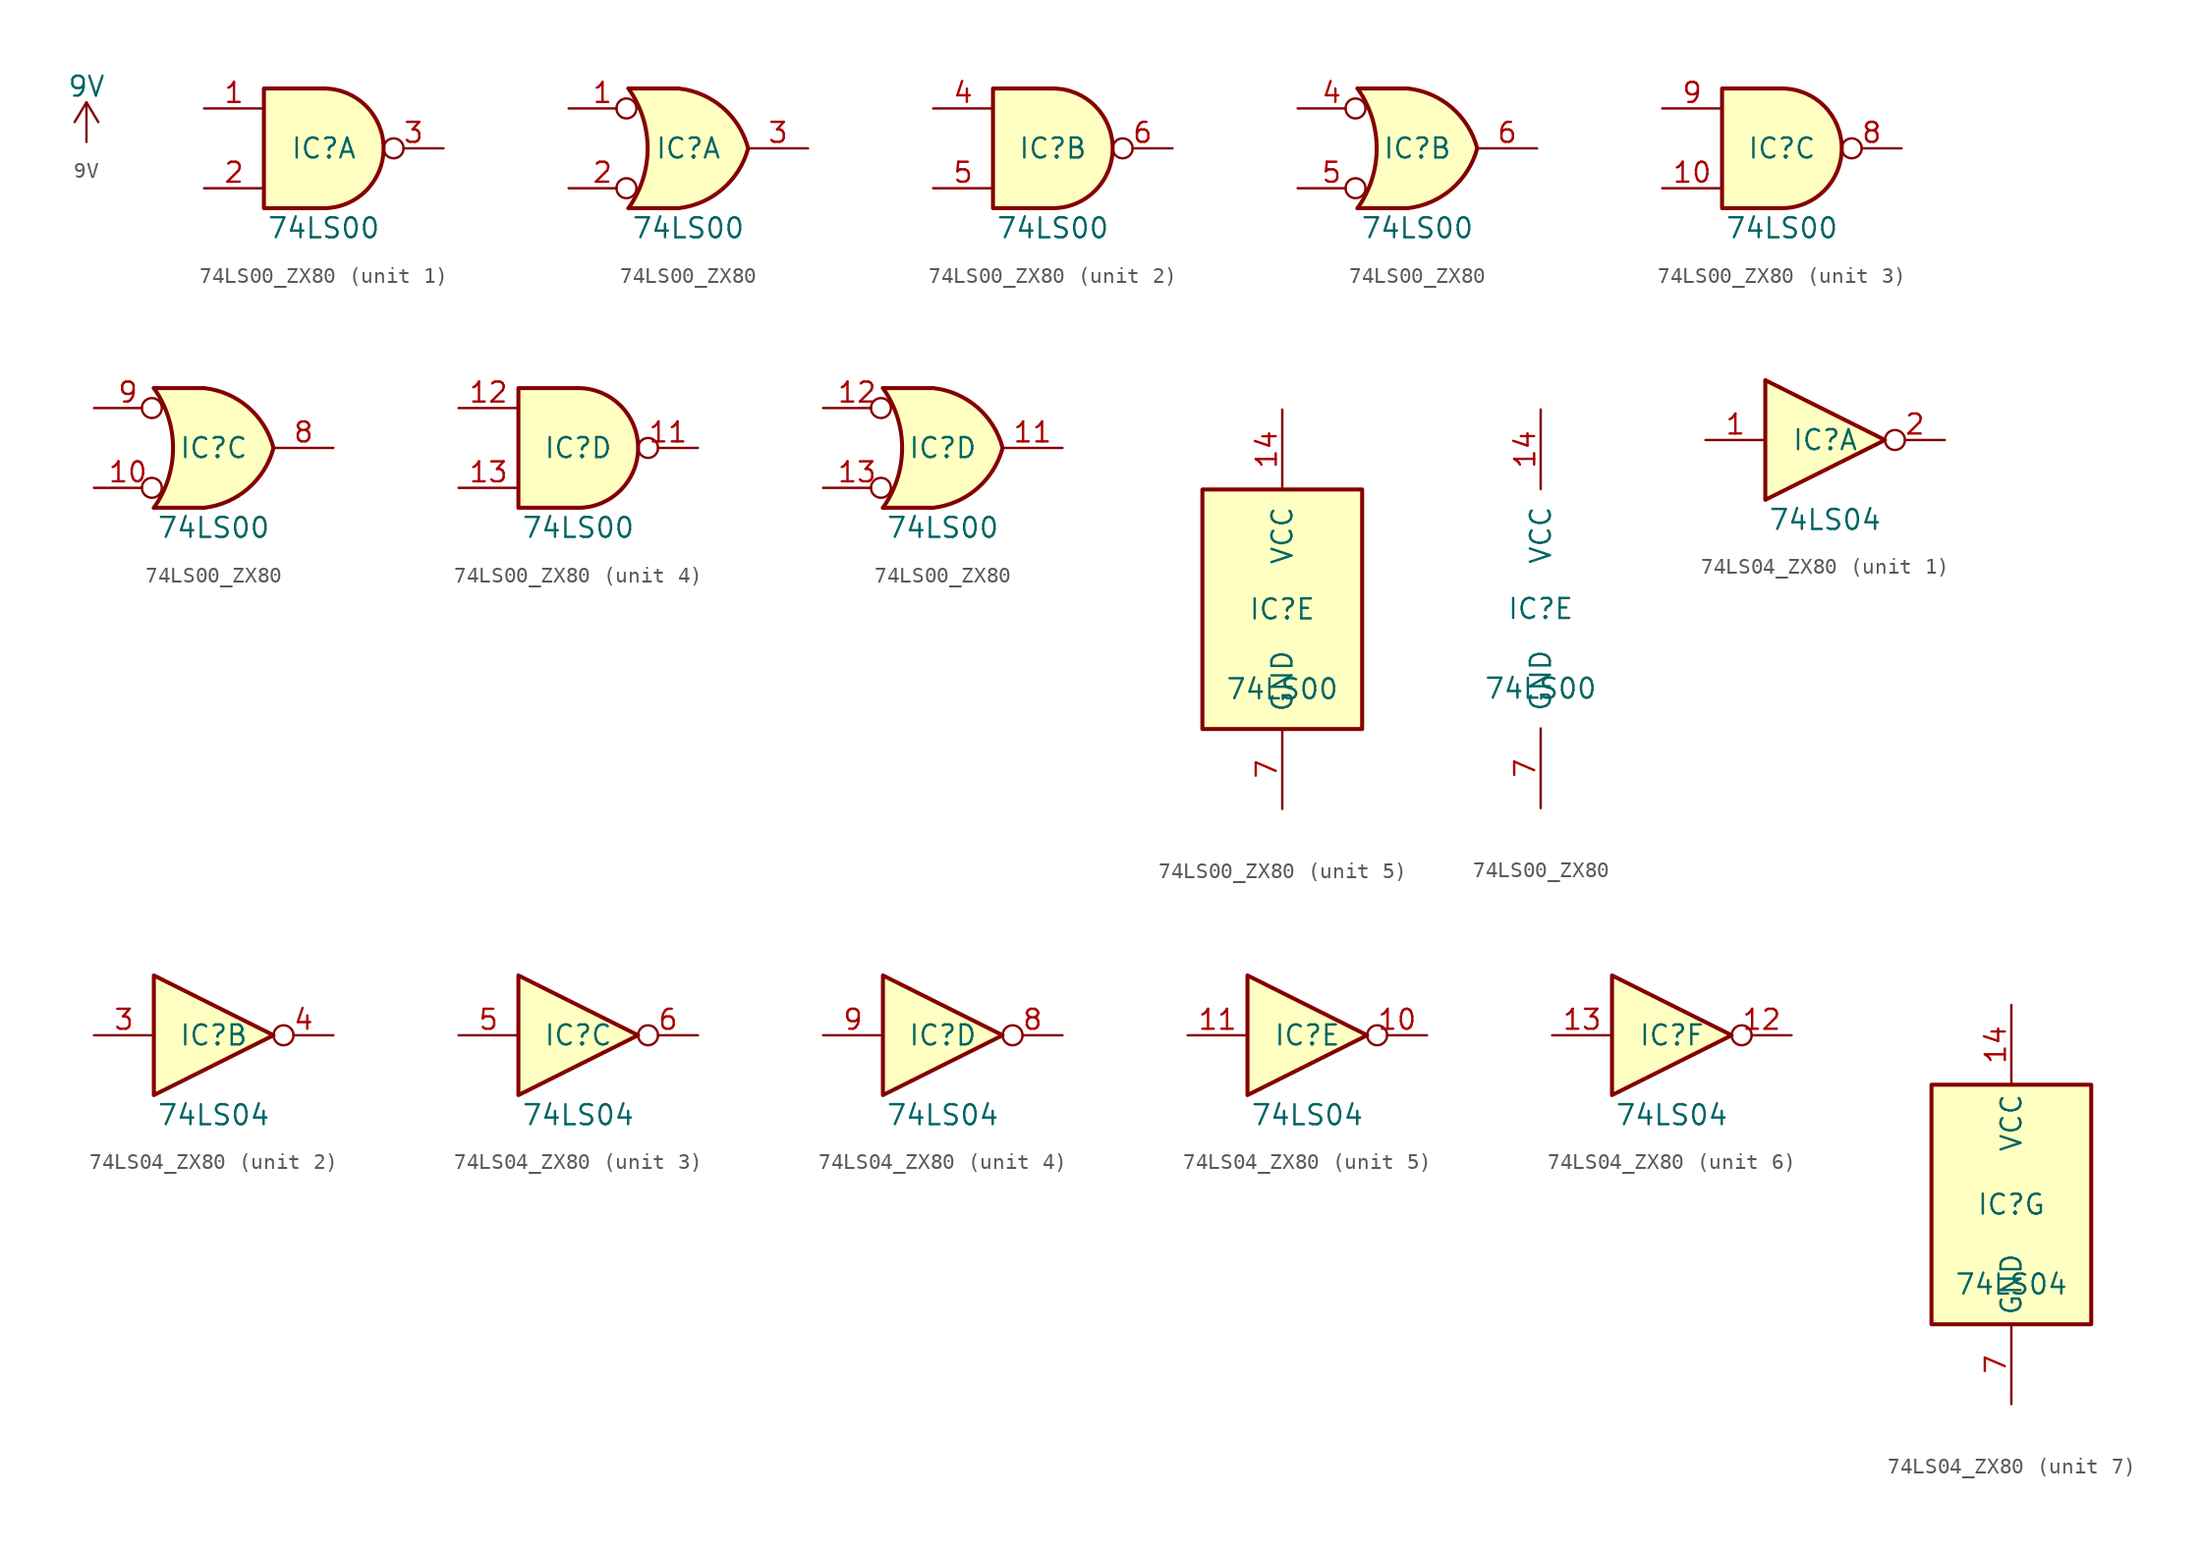
<source format=kicad_sym>
(kicad_symbol_lib
  (version 20220914)
  (generator kicad_symbol_editor)
  (symbol "9V"
    (power)
    (pin_names
      (offset 0))
    (property "Reference" "#PWR"
      (at 0 -3.81 0)
      (effects (font (size 1.27 1.27)) hide))
    (property "Value" "9V"
      (at 0 3.556 0)
      (effects (font (size 1.27 1.27))))
    (symbol "9V_0_1"
      (polyline (pts (xy -0.762 1.27) (xy 0 2.54)) (stroke (width 0) (type default)) (fill (type none)))
      (polyline (pts (xy 0 0) (xy 0 2.54)) (stroke (width 0) (type default)) (fill (type none)))
      (polyline (pts (xy 0 2.54) (xy 0.762 1.27)) (stroke (width 0) (type default)) (fill (type none))))
    (symbol "9V_1_1"
      (pin power_in line (at 0 0 90) (length 0) hide (name "9V" (effects (font (size 1.27 1.27)))) (number "1" (effects (font (size 1.27 1.27)))))))
  (symbol "74LS00_ZX80"
    (pin_names
      (offset 1.016))
    (property "Reference" "IC"
      (at 0 0 0)
      (effects (font (size 1.27 1.27))))
    (property "Value" "74LS00"
      (at 0 -5.08 0)
      (effects (font (size 1.27 1.27))))
    (property "ki_locked" ""
      (at 0 0 0)
      (effects (font (size 1.27 1.27))))
    (symbol "74LS00_ZX80_1_1"
      (arc (start 0 -3.81) (mid 3.7934 0) (end 0 3.81) (stroke (width 0.254) (type default)) (fill (type background)))
      (polyline (pts (xy 0 3.81) (xy -3.81 3.81) (xy -3.81 -3.81) (xy 0 -3.81)) (stroke (width 0.254) (type default)) (fill (type background)))
      (pin input line (at -7.62 2.54 0) (length 3.81) (name "~" (effects (font (size 1.27 1.27)))) (number "1" (effects (font (size 1.27 1.27)))))
      (pin input line (at -7.62 -2.54 0) (length 3.81) (name "~" (effects (font (size 1.27 1.27)))) (number "2" (effects (font (size 1.27 1.27)))))
      (pin output inverted (at 7.62 0 180) (length 3.81) (name "~" (effects (font (size 1.27 1.27)))) (number "3" (effects (font (size 1.27 1.27))))))
    (symbol "74LS00_ZX80_1_2"
      (arc (start -3.81 -3.81) (mid -2.589 0) (end -3.81 3.81) (stroke (width 0.254) (type default)) (fill (type none)))
      (arc (start -0.6096 -3.81) (mid 2.1842 -2.5851) (end 3.81 0) (stroke (width 0.254) (type default)) (fill (type background)))
      (polyline (pts (xy -3.81 -3.81) (xy -0.635 -3.81)) (stroke (width 0.254) (type default)) (fill (type background)))
      (polyline (pts (xy -3.81 3.81) (xy -0.635 3.81)) (stroke (width 0.254) (type default)) (fill (type background)))
      (polyline (pts (xy -0.635 3.81) (xy -3.81 3.81) (xy -3.81 3.81) (xy -3.556 3.404) (xy -3.023 2.261) (xy -2.692 1.041) (xy -2.616 -0.254) (xy -2.769 -1.499) (xy -3.175 -2.718) (xy -3.81 -3.81) (xy -3.81 -3.81) (xy -0.635 -3.81)) (stroke (width -25.4) (type default)) (fill (type background)))
      (arc (start 3.81 0) (mid 2.1915 2.5936) (end -0.6096 3.81) (stroke (width 0.254) (type default)) (fill (type background)))
      (pin input inverted (at -7.62 2.54 0) (length 4.318) (name "~" (effects (font (size 1.27 1.27)))) (number "1" (effects (font (size 1.27 1.27)))))
      (pin input inverted (at -7.62 -2.54 0) (length 4.318) (name "~" (effects (font (size 1.27 1.27)))) (number "2" (effects (font (size 1.27 1.27)))))
      (pin output line (at 7.62 0 180) (length 3.81) (name "~" (effects (font (size 1.27 1.27)))) (number "3" (effects (font (size 1.27 1.27))))))
    (symbol "74LS00_ZX80_2_1"
      (arc (start 0 -3.81) (mid 3.7934 0) (end 0 3.81) (stroke (width 0.254) (type default)) (fill (type background)))
      (polyline (pts (xy 0 3.81) (xy -3.81 3.81) (xy -3.81 -3.81) (xy 0 -3.81)) (stroke (width 0.254) (type default)) (fill (type background)))
      (pin input line (at -7.62 2.54 0) (length 3.81) (name "~" (effects (font (size 1.27 1.27)))) (number "4" (effects (font (size 1.27 1.27)))))
      (pin input line (at -7.62 -2.54 0) (length 3.81) (name "~" (effects (font (size 1.27 1.27)))) (number "5" (effects (font (size 1.27 1.27)))))
      (pin output inverted (at 7.62 0 180) (length 3.81) (name "~" (effects (font (size 1.27 1.27)))) (number "6" (effects (font (size 1.27 1.27))))))
    (symbol "74LS00_ZX80_2_2"
      (arc (start -3.81 -3.81) (mid -2.589 0) (end -3.81 3.81) (stroke (width 0.254) (type default)) (fill (type none)))
      (arc (start -0.6096 -3.81) (mid 2.1842 -2.5851) (end 3.81 0) (stroke (width 0.254) (type default)) (fill (type background)))
      (polyline (pts (xy -3.81 -3.81) (xy -0.635 -3.81)) (stroke (width 0.254) (type default)) (fill (type background)))
      (polyline (pts (xy -3.81 3.81) (xy -0.635 3.81)) (stroke (width 0.254) (type default)) (fill (type background)))
      (polyline (pts (xy -0.635 3.81) (xy -3.81 3.81) (xy -3.81 3.81) (xy -3.556 3.404) (xy -3.023 2.261) (xy -2.692 1.041) (xy -2.616 -0.254) (xy -2.769 -1.499) (xy -3.175 -2.718) (xy -3.81 -3.81) (xy -3.81 -3.81) (xy -0.635 -3.81)) (stroke (width -25.4) (type default)) (fill (type background)))
      (arc (start 3.81 0) (mid 2.1915 2.5936) (end -0.6096 3.81) (stroke (width 0.254) (type default)) (fill (type background)))
      (pin input inverted (at -7.62 2.54 0) (length 4.318) (name "~" (effects (font (size 1.27 1.27)))) (number "4" (effects (font (size 1.27 1.27)))))
      (pin input inverted (at -7.62 -2.54 0) (length 4.318) (name "~" (effects (font (size 1.27 1.27)))) (number "5" (effects (font (size 1.27 1.27)))))
      (pin output line (at 7.62 0 180) (length 3.81) (name "~" (effects (font (size 1.27 1.27)))) (number "6" (effects (font (size 1.27 1.27))))))
    (symbol "74LS00_ZX80_3_1"
      (arc (start 0 -3.81) (mid 3.7934 0) (end 0 3.81) (stroke (width 0.254) (type default)) (fill (type background)))
      (polyline (pts (xy 0 3.81) (xy -3.81 3.81) (xy -3.81 -3.81) (xy 0 -3.81)) (stroke (width 0.254) (type default)) (fill (type background)))
      (pin input line (at -7.62 -2.54 0) (length 3.81) (name "~" (effects (font (size 1.27 1.27)))) (number "10" (effects (font (size 1.27 1.27)))))
      (pin output inverted (at 7.62 0 180) (length 3.81) (name "~" (effects (font (size 1.27 1.27)))) (number "8" (effects (font (size 1.27 1.27)))))
      (pin input line (at -7.62 2.54 0) (length 3.81) (name "~" (effects (font (size 1.27 1.27)))) (number "9" (effects (font (size 1.27 1.27))))))
    (symbol "74LS00_ZX80_3_2"
      (arc (start -3.81 -3.81) (mid -2.589 0) (end -3.81 3.81) (stroke (width 0.254) (type default)) (fill (type none)))
      (arc (start -0.6096 -3.81) (mid 2.1842 -2.5851) (end 3.81 0) (stroke (width 0.254) (type default)) (fill (type background)))
      (polyline (pts (xy -3.81 -3.81) (xy -0.635 -3.81)) (stroke (width 0.254) (type default)) (fill (type background)))
      (polyline (pts (xy -3.81 3.81) (xy -0.635 3.81)) (stroke (width 0.254) (type default)) (fill (type background)))
      (polyline (pts (xy -0.635 3.81) (xy -3.81 3.81) (xy -3.81 3.81) (xy -3.556 3.404) (xy -3.023 2.261) (xy -2.692 1.041) (xy -2.616 -0.254) (xy -2.769 -1.499) (xy -3.175 -2.718) (xy -3.81 -3.81) (xy -3.81 -3.81) (xy -0.635 -3.81)) (stroke (width -25.4) (type default)) (fill (type background)))
      (arc (start 3.81 0) (mid 2.1915 2.5936) (end -0.6096 3.81) (stroke (width 0.254) (type default)) (fill (type background)))
      (pin input inverted (at -7.62 -2.54 0) (length 4.318) (name "~" (effects (font (size 1.27 1.27)))) (number "10" (effects (font (size 1.27 1.27)))))
      (pin output line (at 7.62 0 180) (length 3.81) (name "~" (effects (font (size 1.27 1.27)))) (number "8" (effects (font (size 1.27 1.27)))))
      (pin input inverted (at -7.62 2.54 0) (length 4.318) (name "~" (effects (font (size 1.27 1.27)))) (number "9" (effects (font (size 1.27 1.27))))))
    (symbol "74LS00_ZX80_4_1"
      (arc (start 0 -3.81) (mid 3.7934 0) (end 0 3.81) (stroke (width 0.254) (type default)) (fill (type background)))
      (polyline (pts (xy 0 3.81) (xy -3.81 3.81) (xy -3.81 -3.81) (xy 0 -3.81)) (stroke (width 0.254) (type default)) (fill (type background)))
      (pin output inverted (at 7.62 0 180) (length 3.81) (name "~" (effects (font (size 1.27 1.27)))) (number "11" (effects (font (size 1.27 1.27)))))
      (pin input line (at -7.62 2.54 0) (length 3.81) (name "~" (effects (font (size 1.27 1.27)))) (number "12" (effects (font (size 1.27 1.27)))))
      (pin input line (at -7.62 -2.54 0) (length 3.81) (name "~" (effects (font (size 1.27 1.27)))) (number "13" (effects (font (size 1.27 1.27))))))
    (symbol "74LS00_ZX80_4_2"
      (arc (start -3.81 -3.81) (mid -2.589 0) (end -3.81 3.81) (stroke (width 0.254) (type default)) (fill (type none)))
      (arc (start -0.6096 -3.81) (mid 2.1842 -2.5851) (end 3.81 0) (stroke (width 0.254) (type default)) (fill (type background)))
      (polyline (pts (xy -3.81 -3.81) (xy -0.635 -3.81)) (stroke (width 0.254) (type default)) (fill (type background)))
      (polyline (pts (xy -3.81 3.81) (xy -0.635 3.81)) (stroke (width 0.254) (type default)) (fill (type background)))
      (polyline (pts (xy -0.635 3.81) (xy -3.81 3.81) (xy -3.81 3.81) (xy -3.556 3.404) (xy -3.023 2.261) (xy -2.692 1.041) (xy -2.616 -0.254) (xy -2.769 -1.499) (xy -3.175 -2.718) (xy -3.81 -3.81) (xy -3.81 -3.81) (xy -0.635 -3.81)) (stroke (width -25.4) (type default)) (fill (type background)))
      (arc (start 3.81 0) (mid 2.1915 2.5936) (end -0.6096 3.81) (stroke (width 0.254) (type default)) (fill (type background)))
      (pin output line (at 7.62 0 180) (length 3.81) (name "~" (effects (font (size 1.27 1.27)))) (number "11" (effects (font (size 1.27 1.27)))))
      (pin input inverted (at -7.62 2.54 0) (length 4.318) (name "~" (effects (font (size 1.27 1.27)))) (number "12" (effects (font (size 1.27 1.27)))))
      (pin input inverted (at -7.62 -2.54 0) (length 4.318) (name "~" (effects (font (size 1.27 1.27)))) (number "13" (effects (font (size 1.27 1.27))))))
    (symbol "74LS00_ZX80_5_0"
      (pin power_in line (at 0 12.7 270) (length 5.08) (name "VCC" (effects (font (size 1.27 1.27)))) (number "14" (effects (font (size 1.27 1.27)))))
      (pin power_in line (at 0 -12.7 90) (length 5.08) (name "GND" (effects (font (size 1.27 1.27)))) (number "7" (effects (font (size 1.27 1.27))))))
    (symbol "74LS00_ZX80_5_1"
      (rectangle (start -5.08 7.62) (end 5.08 -7.62) (stroke (width 0.254) (type default)) (fill (type background)))))
  (symbol "74LS04_ZX80"
    (property "Reference" "IC"
      (at 0 0 0)
      (effects (font (size 1.27 1.27))))
    (property "Value" "74LS04"
      (at 0 -5.08 0)
      (effects (font (size 1.27 1.27))))
    (property "ki_locked" ""
      (at 0 0 0)
      (effects (font (size 1.27 1.27))))
    (symbol "74LS04_ZX80_1_0"
      (polyline (pts (xy -3.81 3.81) (xy -3.81 -3.81) (xy 3.81 0) (xy -3.81 3.81)) (stroke (width 0.254) (type default)) (fill (type background)))
      (pin input line (at -7.62 0 0) (length 3.81) (name "~" (effects (font (size 1.27 1.27)))) (number "1" (effects (font (size 1.27 1.27)))))
      (pin output inverted (at 7.62 0 180) (length 3.81) (name "~" (effects (font (size 1.27 1.27)))) (number "2" (effects (font (size 1.27 1.27))))))
    (symbol "74LS04_ZX80_2_0"
      (polyline (pts (xy -3.81 3.81) (xy -3.81 -3.81) (xy 3.81 0) (xy -3.81 3.81)) (stroke (width 0.254) (type default)) (fill (type background)))
      (pin input line (at -7.62 0 0) (length 3.81) (name "~" (effects (font (size 1.27 1.27)))) (number "3" (effects (font (size 1.27 1.27)))))
      (pin output inverted (at 7.62 0 180) (length 3.81) (name "~" (effects (font (size 1.27 1.27)))) (number "4" (effects (font (size 1.27 1.27))))))
    (symbol "74LS04_ZX80_3_0"
      (polyline (pts (xy -3.81 3.81) (xy -3.81 -3.81) (xy 3.81 0) (xy -3.81 3.81)) (stroke (width 0.254) (type default)) (fill (type background)))
      (pin input line (at -7.62 0 0) (length 3.81) (name "~" (effects (font (size 1.27 1.27)))) (number "5" (effects (font (size 1.27 1.27)))))
      (pin output inverted (at 7.62 0 180) (length 3.81) (name "~" (effects (font (size 1.27 1.27)))) (number "6" (effects (font (size 1.27 1.27))))))
    (symbol "74LS04_ZX80_4_0"
      (polyline (pts (xy -3.81 3.81) (xy -3.81 -3.81) (xy 3.81 0) (xy -3.81 3.81)) (stroke (width 0.254) (type default)) (fill (type background)))
      (pin output inverted (at 7.62 0 180) (length 3.81) (name "~" (effects (font (size 1.27 1.27)))) (number "8" (effects (font (size 1.27 1.27)))))
      (pin input line (at -7.62 0 0) (length 3.81) (name "~" (effects (font (size 1.27 1.27)))) (number "9" (effects (font (size 1.27 1.27))))))
    (symbol "74LS04_ZX80_5_0"
      (polyline (pts (xy -3.81 3.81) (xy -3.81 -3.81) (xy 3.81 0) (xy -3.81 3.81)) (stroke (width 0.254) (type default)) (fill (type background)))
      (pin output inverted (at 7.62 0 180) (length 3.81) (name "~" (effects (font (size 1.27 1.27)))) (number "10" (effects (font (size 1.27 1.27)))))
      (pin input line (at -7.62 0 0) (length 3.81) (name "~" (effects (font (size 1.27 1.27)))) (number "11" (effects (font (size 1.27 1.27))))))
    (symbol "74LS04_ZX80_6_0"
      (polyline (pts (xy -3.81 3.81) (xy -3.81 -3.81) (xy 3.81 0) (xy -3.81 3.81)) (stroke (width 0.254) (type default)) (fill (type background)))
      (pin output inverted (at 7.62 0 180) (length 3.81) (name "~" (effects (font (size 1.27 1.27)))) (number "12" (effects (font (size 1.27 1.27)))))
      (pin input line (at -7.62 0 0) (length 3.81) (name "~" (effects (font (size 1.27 1.27)))) (number "13" (effects (font (size 1.27 1.27))))))
    (symbol "74LS04_ZX80_7_0"
      (pin power_in line (at 0 12.7 270) (length 5.08) (name "VCC" (effects (font (size 1.27 1.27)))) (number "14" (effects (font (size 1.27 1.27)))))
      (pin power_in line (at 0 -12.7 90) (length 5.08) (name "GND" (effects (font (size 1.27 1.27)))) (number "7" (effects (font (size 1.27 1.27))))))
    (symbol "74LS04_ZX80_7_1"
      (rectangle (start -5.08 7.62) (end 5.08 -7.62) (stroke (width 0.254) (type default)) (fill (type background))))))
</source>
